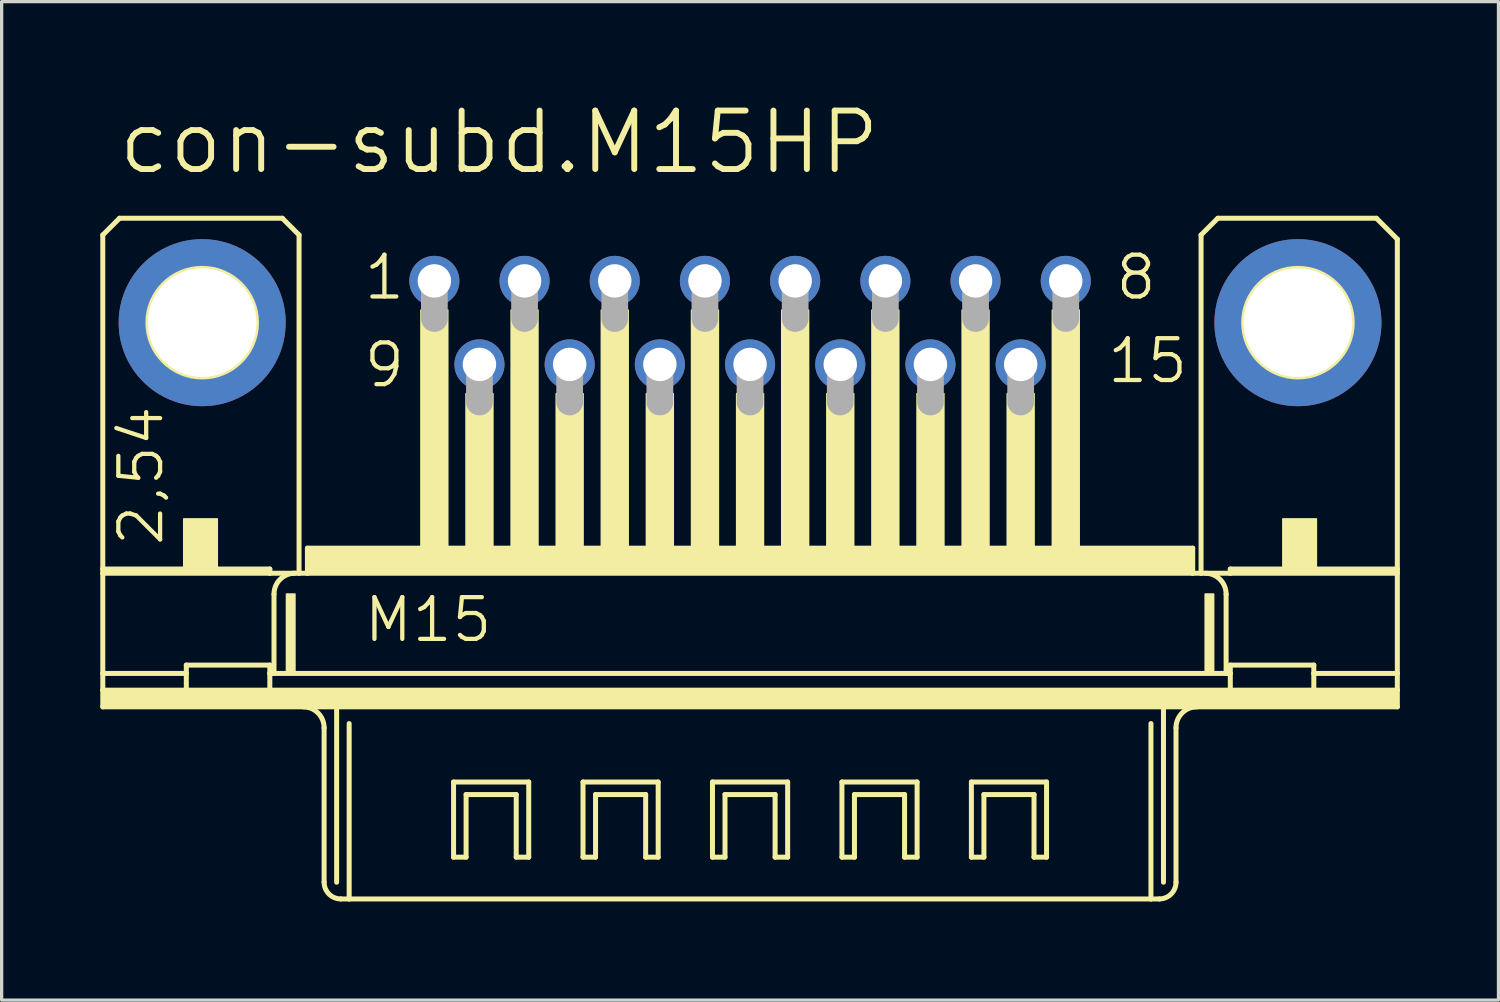
<source format=kicad_pcb>
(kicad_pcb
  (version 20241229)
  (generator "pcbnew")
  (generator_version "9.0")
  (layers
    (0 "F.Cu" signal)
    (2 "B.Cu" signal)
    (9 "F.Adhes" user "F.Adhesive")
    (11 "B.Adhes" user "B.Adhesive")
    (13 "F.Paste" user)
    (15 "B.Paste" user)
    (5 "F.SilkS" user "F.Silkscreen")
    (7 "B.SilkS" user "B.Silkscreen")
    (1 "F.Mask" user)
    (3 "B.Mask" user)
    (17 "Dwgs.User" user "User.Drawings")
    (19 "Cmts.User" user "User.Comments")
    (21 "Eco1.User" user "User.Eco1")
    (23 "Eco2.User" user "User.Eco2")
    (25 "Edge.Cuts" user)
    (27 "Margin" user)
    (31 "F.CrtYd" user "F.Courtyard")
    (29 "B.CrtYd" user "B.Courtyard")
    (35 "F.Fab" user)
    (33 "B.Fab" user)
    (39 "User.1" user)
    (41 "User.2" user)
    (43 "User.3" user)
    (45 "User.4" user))
  (footprint "con-subd.M15HP"
    (layer "F.Cu")
    (at 19.761 6.763)
    (property "Reference" "con-subd.M15HP" (at -19.304 -4.445 0) (layer "F.SilkS") (effects (font (size 1.778 1.778) (thickness 0.18)) (justify left bottom)))
    (attr through_hole)
    (fp_line (start -19.685 -2.667) (end -19.685 7.493) (stroke (width 0.152) (type default)) (layer "F.SilkS"))
    (fp_line (start -19.685 7.62) (end -19.685 7.493) (stroke (width 0.152) (type default)) (layer "F.SilkS"))
    (fp_line (start -19.685 10.668) (end -19.685 7.62) (stroke (width 0.152) (type default)) (layer "F.SilkS"))
    (fp_line (start -19.685 11.176) (end -19.685 10.668) (stroke (width 0.152) (type default)) (layer "F.SilkS"))
    (fp_line (start -19.685 11.684) (end -19.685 11.176) (stroke (width 0.152) (type default)) (layer "F.SilkS"))
    (fp_line (start -19.177 -3.175) (end -19.685 -2.667) (stroke (width 0.152) (type default)) (layer "F.SilkS"))
    (fp_line (start -17.145 10.668) (end -19.685 10.668) (stroke (width 0.152) (type default)) (layer "F.SilkS"))
    (fp_line (start -17.145 10.668) (end -17.145 10.414) (stroke (width 0.152) (type default)) (layer "F.SilkS"))
    (fp_line (start -17.145 10.668) (end -17.145 11.176) (stroke (width 0.152) (type default)) (layer "F.SilkS"))
    (fp_line (start -17.145 11.176) (end -19.685 11.176) (stroke (width 0.152) (type default)) (layer "F.SilkS"))
    (fp_line (start -14.605 7.493) (end -19.685 7.493) (stroke (width 0.152) (type default)) (layer "F.SilkS"))
    (fp_line (start -14.605 7.493) (end -14.605 7.62) (stroke (width 0.152) (type default)) (layer "F.SilkS"))
    (fp_line (start -14.605 7.62) (end -19.685 7.62) (stroke (width 0.152) (type default)) (layer "F.SilkS"))
    (fp_line (start -14.605 10.414) (end -17.145 10.414) (stroke (width 0.152) (type default)) (layer "F.SilkS"))
    (fp_line (start -14.605 10.414) (end -14.605 10.668) (stroke (width 0.152) (type default)) (layer "F.SilkS"))
    (fp_line (start -14.605 10.668) (end -14.605 11.176) (stroke (width 0.152) (type default)) (layer "F.SilkS"))
    (fp_line (start -14.605 11.176) (end -17.145 11.176) (stroke (width 0.152) (type default)) (layer "F.SilkS"))
    (fp_line (start -14.478 8.255) (end -14.478 10.668) (stroke (width 0.152) (type default)) (layer "F.SilkS"))
    (fp_line (start -14.478 10.668) (end -14.605 10.668) (stroke (width 0.152) (type default)) (layer "F.SilkS"))
    (fp_line (start -14.224 -3.175) (end -19.177 -3.175) (stroke (width 0.152) (type default)) (layer "F.SilkS"))
    (fp_line (start -13.716 -2.667) (end -14.224 -3.175) (stroke (width 0.152) (type default)) (layer "F.SilkS"))
    (fp_line (start -13.716 -2.667) (end -13.716 7.62) (stroke (width 0.152) (type default)) (layer "F.SilkS"))
    (fp_line (start -13.716 7.62) (end -14.605 7.62) (stroke (width 0.152) (type default)) (layer "F.SilkS"))
    (fp_line (start -13.462 7.62) (end -13.716 7.62) (stroke (width 0.152) (type default)) (layer "F.SilkS"))
    (fp_line (start -13.462 7.62) (end -13.462 6.858) (stroke (width 0.152) (type default)) (layer "F.SilkS"))
    (fp_line (start -12.954 12.319) (end -12.954 17.018) (stroke (width 0.152) (type default)) (layer "F.SilkS"))
    (fp_line (start -12.573 11.684) (end -19.685 11.684) (stroke (width 0.152) (type default)) (layer "F.SilkS"))
    (fp_line (start -12.573 11.684) (end -12.573 17.018) (stroke (width 0.152) (type default)) (layer "F.SilkS"))
    (fp_line (start -12.192 12.192) (end -12.192 17.526) (stroke (width 0.152) (type default)) (layer "F.SilkS"))
    (fp_line (start -12.192 17.526) (end -12.446 17.526) (stroke (width 0.152) (type default)) (layer "F.SilkS"))
    (fp_line (start -9.017 13.97) (end -6.731 13.97) (stroke (width 0.152) (type default)) (layer "F.SilkS"))
    (fp_line (start -9.017 16.256) (end -9.017 13.97) (stroke (width 0.152) (type default)) (layer "F.SilkS"))
    (fp_line (start -8.636 14.351) (end -8.636 16.256) (stroke (width 0.152) (type default)) (layer "F.SilkS"))
    (fp_line (start -8.636 16.256) (end -9.017 16.256) (stroke (width 0.152) (type default)) (layer "F.SilkS"))
    (fp_line (start -7.112 14.351) (end -8.636 14.351) (stroke (width 0.152) (type default)) (layer "F.SilkS"))
    (fp_line (start -7.112 16.256) (end -7.112 14.351) (stroke (width 0.152) (type default)) (layer "F.SilkS"))
    (fp_line (start -6.731 13.97) (end -6.731 16.256) (stroke (width 0.152) (type default)) (layer "F.SilkS"))
    (fp_line (start -6.731 16.256) (end -7.112 16.256) (stroke (width 0.152) (type default)) (layer "F.SilkS"))
    (fp_line (start -5.08 13.97) (end -2.794 13.97) (stroke (width 0.152) (type default)) (layer "F.SilkS"))
    (fp_line (start -5.08 16.256) (end -5.08 13.97) (stroke (width 0.152) (type default)) (layer "F.SilkS"))
    (fp_line (start -4.699 14.351) (end -4.699 16.256) (stroke (width 0.152) (type default)) (layer "F.SilkS"))
    (fp_line (start -4.699 16.256) (end -5.08 16.256) (stroke (width 0.152) (type default)) (layer "F.SilkS"))
    (fp_line (start -3.175 14.351) (end -4.699 14.351) (stroke (width 0.152) (type default)) (layer "F.SilkS"))
    (fp_line (start -3.175 16.256) (end -3.175 14.351) (stroke (width 0.152) (type default)) (layer "F.SilkS"))
    (fp_line (start -2.794 13.97) (end -2.794 16.256) (stroke (width 0.152) (type default)) (layer "F.SilkS"))
    (fp_line (start -2.794 16.256) (end -3.175 16.256) (stroke (width 0.152) (type default)) (layer "F.SilkS"))
    (fp_line (start -1.143 13.97) (end 1.143 13.97) (stroke (width 0.152) (type default)) (layer "F.SilkS"))
    (fp_line (start -1.143 16.256) (end -1.143 13.97) (stroke (width 0.152) (type default)) (layer "F.SilkS"))
    (fp_line (start -0.762 14.351) (end -0.762 16.256) (stroke (width 0.152) (type default)) (layer "F.SilkS"))
    (fp_line (start -0.762 16.256) (end -1.143 16.256) (stroke (width 0.152) (type default)) (layer "F.SilkS"))
    (fp_line (start 0.762 14.351) (end -0.762 14.351) (stroke (width 0.152) (type default)) (layer "F.SilkS"))
    (fp_line (start 0.762 16.256) (end 0.762 14.351) (stroke (width 0.152) (type default)) (layer "F.SilkS"))
    (fp_line (start 1.143 13.97) (end 1.143 16.256) (stroke (width 0.152) (type default)) (layer "F.SilkS"))
    (fp_line (start 1.143 16.256) (end 0.762 16.256) (stroke (width 0.152) (type default)) (layer "F.SilkS"))
    (fp_line (start 2.794 13.97) (end 5.08 13.97) (stroke (width 0.152) (type default)) (layer "F.SilkS"))
    (fp_line (start 2.794 16.256) (end 2.794 13.97) (stroke (width 0.152) (type default)) (layer "F.SilkS"))
    (fp_line (start 3.175 14.351) (end 3.175 16.256) (stroke (width 0.152) (type default)) (layer "F.SilkS"))
    (fp_line (start 3.175 16.256) (end 2.794 16.256) (stroke (width 0.152) (type default)) (layer "F.SilkS"))
    (fp_line (start 4.699 14.351) (end 3.175 14.351) (stroke (width 0.152) (type default)) (layer "F.SilkS"))
    (fp_line (start 4.699 16.256) (end 4.699 14.351) (stroke (width 0.152) (type default)) (layer "F.SilkS"))
    (fp_line (start 5.08 13.97) (end 5.08 16.256) (stroke (width 0.152) (type default)) (layer "F.SilkS"))
    (fp_line (start 5.08 16.256) (end 4.699 16.256) (stroke (width 0.152) (type default)) (layer "F.SilkS"))
    (fp_line (start 6.731 13.97) (end 9.017 13.97) (stroke (width 0.152) (type default)) (layer "F.SilkS"))
    (fp_line (start 6.731 16.256) (end 6.731 13.97) (stroke (width 0.152) (type default)) (layer "F.SilkS"))
    (fp_line (start 7.112 14.351) (end 7.112 16.256) (stroke (width 0.152) (type default)) (layer "F.SilkS"))
    (fp_line (start 7.112 16.256) (end 6.731 16.256) (stroke (width 0.152) (type default)) (layer "F.SilkS"))
    (fp_line (start 8.636 14.351) (end 7.112 14.351) (stroke (width 0.152) (type default)) (layer "F.SilkS"))
    (fp_line (start 8.636 16.256) (end 8.636 14.351) (stroke (width 0.152) (type default)) (layer "F.SilkS"))
    (fp_line (start 9.017 13.97) (end 9.017 16.256) (stroke (width 0.152) (type default)) (layer "F.SilkS"))
    (fp_line (start 9.017 16.256) (end 8.636 16.256) (stroke (width 0.152) (type default)) (layer "F.SilkS"))
    (fp_line (start 12.192 12.192) (end 12.192 17.526) (stroke (width 0.152) (type default)) (layer "F.SilkS"))
    (fp_line (start 12.192 17.526) (end -12.192 17.526) (stroke (width 0.152) (type default)) (layer "F.SilkS"))
    (fp_line (start 12.446 17.526) (end 12.192 17.526) (stroke (width 0.152) (type default)) (layer "F.SilkS"))
    (fp_line (start 12.573 11.684) (end -12.573 11.684) (stroke (width 0.152) (type default)) (layer "F.SilkS"))
    (fp_line (start 12.573 11.684) (end 12.573 17.018) (stroke (width 0.152) (type default)) (layer "F.SilkS"))
    (fp_line (start 12.954 12.319) (end 12.954 17.018) (stroke (width 0.152) (type default)) (layer "F.SilkS"))
    (fp_line (start 13.462 6.858) (end -13.462 6.858) (stroke (width 0.152) (type default)) (layer "F.SilkS"))
    (fp_line (start 13.462 7.62) (end -13.462 7.62) (stroke (width 0.152) (type default)) (layer "F.SilkS"))
    (fp_line (start 13.462 7.62) (end 13.462 6.858) (stroke (width 0.152) (type default)) (layer "F.SilkS"))
    (fp_line (start 13.716 -2.667) (end 13.716 7.62) (stroke (width 0.152) (type default)) (layer "F.SilkS"))
    (fp_line (start 13.716 7.62) (end 13.462 7.62) (stroke (width 0.152) (type default)) (layer "F.SilkS"))
    (fp_line (start 14.224 -3.175) (end 13.716 -2.667) (stroke (width 0.152) (type default)) (layer "F.SilkS"))
    (fp_line (start 14.224 -3.175) (end 19.05 -3.175) (stroke (width 0.152) (type default)) (layer "F.SilkS"))
    (fp_line (start 14.478 8.255) (end 14.478 10.668) (stroke (width 0.152) (type default)) (layer "F.SilkS"))
    (fp_line (start 14.478 10.668) (end -14.478 10.668) (stroke (width 0.152) (type default)) (layer "F.SilkS"))
    (fp_line (start 14.605 7.493) (end 14.605 7.62) (stroke (width 0.152) (type default)) (layer "F.SilkS"))
    (fp_line (start 14.605 7.62) (end 13.716 7.62) (stroke (width 0.152) (type default)) (layer "F.SilkS"))
    (fp_line (start 14.605 10.414) (end 14.605 10.668) (stroke (width 0.152) (type default)) (layer "F.SilkS"))
    (fp_line (start 14.605 10.668) (end 14.478 10.668) (stroke (width 0.152) (type default)) (layer "F.SilkS"))
    (fp_line (start 14.605 10.668) (end 14.605 11.176) (stroke (width 0.152) (type default)) (layer "F.SilkS"))
    (fp_line (start 14.605 11.176) (end -14.605 11.176) (stroke (width 0.152) (type default)) (layer "F.SilkS"))
    (fp_line (start 17.145 10.414) (end 14.605 10.414) (stroke (width 0.152) (type default)) (layer "F.SilkS"))
    (fp_line (start 17.145 10.668) (end 17.145 10.414) (stroke (width 0.152) (type default)) (layer "F.SilkS"))
    (fp_line (start 17.145 10.668) (end 17.145 11.176) (stroke (width 0.152) (type default)) (layer "F.SilkS"))
    (fp_line (start 17.145 11.176) (end 14.605 11.176) (stroke (width 0.152) (type default)) (layer "F.SilkS"))
    (fp_line (start 19.05 -3.175) (end 19.685 -2.54) (stroke (width 0.152) (type default)) (layer "F.SilkS"))
    (fp_line (start 19.685 -2.54) (end 19.685 7.493) (stroke (width 0.152) (type default)) (layer "F.SilkS"))
    (fp_line (start 19.685 7.493) (end 14.605 7.493) (stroke (width 0.152) (type default)) (layer "F.SilkS"))
    (fp_line (start 19.685 7.62) (end 14.605 7.62) (stroke (width 0.152) (type default)) (layer "F.SilkS"))
    (fp_line (start 19.685 7.62) (end 19.685 7.493) (stroke (width 0.152) (type default)) (layer "F.SilkS"))
    (fp_line (start 19.685 7.62) (end 19.685 10.668) (stroke (width 0.152) (type default)) (layer "F.SilkS"))
    (fp_line (start 19.685 10.668) (end 17.145 10.668) (stroke (width 0.152) (type default)) (layer "F.SilkS"))
    (fp_line (start 19.685 10.668) (end 19.685 11.176) (stroke (width 0.152) (type default)) (layer "F.SilkS"))
    (fp_line (start 19.685 11.176) (end 17.145 11.176) (stroke (width 0.152) (type default)) (layer "F.SilkS"))
    (fp_line (start 19.685 11.176) (end 19.685 11.684) (stroke (width 0.152) (type default)) (layer "F.SilkS"))
    (fp_line (start 19.685 11.684) (end 12.573 11.684) (stroke (width 0.152) (type default)) (layer "F.SilkS"))
    (fp_rect (start -19.685 11.684) (end 19.685 11.176) (stroke (width 0.05) (type default)) (fill yes) (layer "F.SilkS"))
    (fp_rect (start -17.221 7.62) (end -16.205 5.969) (stroke (width 0.05) (type default)) (fill yes) (layer "F.SilkS"))
    (fp_rect (start -14.097 10.668) (end -13.843 8.255) (stroke (width 0.05) (type default)) (fill yes) (layer "F.SilkS"))
    (fp_rect (start -13.462 7.62) (end 13.462 6.858) (stroke (width 0.05) (type default)) (fill yes) (layer "F.SilkS"))
    (fp_rect (start -10.008 6.858) (end -9.195 -0.381) (stroke (width 0.05) (type default)) (fill yes) (layer "F.SilkS"))
    (fp_rect (start -8.636 6.858) (end -7.823 2.159) (stroke (width 0.05) (type default)) (fill yes) (layer "F.SilkS"))
    (fp_rect (start -7.264 6.858) (end -6.452 -0.381) (stroke (width 0.05) (type default)) (fill yes) (layer "F.SilkS"))
    (fp_rect (start -5.893 6.858) (end -5.08 2.159) (stroke (width 0.05) (type default)) (fill yes) (layer "F.SilkS"))
    (fp_rect (start -4.521 6.858) (end -3.708 -0.381) (stroke (width 0.05) (type default)) (fill yes) (layer "F.SilkS"))
    (fp_rect (start -3.15 6.858) (end -2.337 2.159) (stroke (width 0.05) (type default)) (fill yes) (layer "F.SilkS"))
    (fp_rect (start -1.778 6.858) (end -0.965 -0.381) (stroke (width 0.05) (type default)) (fill yes) (layer "F.SilkS"))
    (fp_rect (start -0.406 6.858) (end 0.406 2.159) (stroke (width 0.05) (type default)) (fill yes) (layer "F.SilkS"))
    (fp_rect (start 0.965 6.858) (end 1.778 -0.381) (stroke (width 0.05) (type default)) (fill yes) (layer "F.SilkS"))
    (fp_rect (start 2.337 6.858) (end 3.15 2.159) (stroke (width 0.05) (type default)) (fill yes) (layer "F.SilkS"))
    (fp_rect (start 3.708 6.858) (end 4.521 -0.381) (stroke (width 0.05) (type default)) (fill yes) (layer "F.SilkS"))
    (fp_rect (start 5.08 6.858) (end 5.893 2.159) (stroke (width 0.05) (type default)) (fill yes) (layer "F.SilkS"))
    (fp_rect (start 6.452 6.858) (end 7.264 -0.381) (stroke (width 0.05) (type default)) (fill yes) (layer "F.SilkS"))
    (fp_rect (start 7.823 6.858) (end 8.636 2.159) (stroke (width 0.05) (type default)) (fill yes) (layer "F.SilkS"))
    (fp_rect (start 9.195 6.858) (end 10.008 -0.381) (stroke (width 0.05) (type default)) (fill yes) (layer "F.SilkS"))
    (fp_rect (start 13.843 10.668) (end 14.097 8.255) (stroke (width 0.05) (type default)) (fill yes) (layer "F.SilkS"))
    (fp_rect (start 16.205 7.62) (end 17.221 5.969) (stroke (width 0.05) (type default)) (fill yes) (layer "F.SilkS"))
    (fp_arc (start -14.478 8.255) (mid -14.292013 7.805987) (end -13.843 7.62) (stroke (width 0.1524) (type default)) (layer "F.SilkS"))
    (fp_arc (start -13.589 11.684) (mid -13.139987 11.869987) (end -12.954 12.319) (stroke (width 0.1524) (type default)) (layer "F.SilkS"))
    (fp_arc (start -12.446 17.526) (mid -12.80521 17.37721) (end -12.954 17.018) (stroke (width 0.1524) (type default)) (layer "F.SilkS"))
    (fp_arc (start 12.954 12.319) (mid 13.139987 11.869987) (end 13.589 11.684) (stroke (width 0.1524) (type default)) (layer "F.SilkS"))
    (fp_arc (start 12.954 17.018) (mid 12.80521 17.37721) (end 12.446 17.526) (stroke (width 0.1524) (type default)) (layer "F.SilkS"))
    (fp_arc (start 13.843 7.62) (mid 14.292013 7.805987) (end 14.478 8.255) (stroke (width 0.1524) (type default)) (layer "F.SilkS"))
    (fp_circle (center -16.662 0) (end -15.011 0) (stroke (width 0.152) (type default)) (fill no) (layer "F.SilkS"))
    (fp_circle (center 16.662 0) (end 18.313 0) (stroke (width 0.152) (type default)) (fill no) (layer "F.SilkS"))
    (fp_line (start -9.601 -1.143) (end -9.601 -0.127) (stroke (width 0.813) (type default)) (layer "F.Fab"))
    (fp_line (start -8.23 1.397) (end -8.23 2.413) (stroke (width 0.813) (type default)) (layer "F.Fab"))
    (fp_line (start -6.858 -1.143) (end -6.858 -0.127) (stroke (width 0.813) (type default)) (layer "F.Fab"))
    (fp_line (start -5.486 1.397) (end -5.486 2.413) (stroke (width 0.813) (type default)) (layer "F.Fab"))
    (fp_line (start -4.115 -1.143) (end -4.115 -0.127) (stroke (width 0.813) (type default)) (layer "F.Fab"))
    (fp_line (start -2.743 1.397) (end -2.743 2.413) (stroke (width 0.813) (type default)) (layer "F.Fab"))
    (fp_line (start -1.372 -1.143) (end -1.372 -0.127) (stroke (width 0.813) (type default)) (layer "F.Fab"))
    (fp_line (start 0 1.397) (end 0 2.413) (stroke (width 0.813) (type default)) (layer "F.Fab"))
    (fp_line (start 1.372 -1.143) (end 1.372 -0.127) (stroke (width 0.813) (type default)) (layer "F.Fab"))
    (fp_line (start 2.743 1.397) (end 2.743 2.413) (stroke (width 0.813) (type default)) (layer "F.Fab"))
    (fp_line (start 4.115 -1.143) (end 4.115 -0.127) (stroke (width 0.813) (type default)) (layer "F.Fab"))
    (fp_line (start 5.486 1.397) (end 5.486 2.413) (stroke (width 0.813) (type default)) (layer "F.Fab"))
    (fp_line (start 6.858 -1.143) (end 6.858 -0.127) (stroke (width 0.813) (type default)) (layer "F.Fab"))
    (fp_line (start 8.23 1.397) (end 8.23 2.413) (stroke (width 0.813) (type default)) (layer "F.Fab"))
    (fp_line (start 9.601 -1.143) (end 9.601 -0.127) (stroke (width 0.813) (type default)) (layer "F.Fab"))
    (fp_text user "1" (at -11.811 -0.635 0) (layer "F.SilkS") (effects (font (size 1.27 1.27) (thickness 0.13)) (justify left bottom)))
    (fp_text user "M15" (at -11.811 9.779 0) (layer "F.SilkS") (effects (font (size 1.27 1.27) (thickness 0.13)) (justify left bottom)))
    (fp_text user "8" (at 11.049 -0.635 0) (layer "F.SilkS") (effects (font (size 1.27 1.27) (thickness 0.13)) (justify left bottom)))
    (fp_text user "9" (at -11.811 2.032 0) (layer "F.SilkS") (effects (font (size 1.27 1.27) (thickness 0.13)) (justify left bottom)))
    (fp_text user "15" (at 10.795 1.905 0) (layer "F.SilkS") (effects (font (size 1.27 1.27) (thickness 0.13)) (justify left bottom)))
    (fp_text user "2,54" (at -17.78 6.858 90) (layer "F.SilkS") (effects (font (size 1.27 1.27) (thickness 0.13)) (justify left bottom)))
    (pad "1" thru_hole circle (at -9.601 -1.27) (size 1.524 1.524) (drill 1.016) (layers "*.Cu" "*.Mask"))
    (pad "2" thru_hole circle (at -6.858 -1.27) (size 1.524 1.524) (drill 1.016) (layers "*.Cu" "*.Mask"))
    (pad "3" thru_hole circle (at -4.115 -1.27) (size 1.524 1.524) (drill 1.016) (layers "*.Cu" "*.Mask"))
    (pad "4" thru_hole circle (at -1.372 -1.27) (size 1.524 1.524) (drill 1.016) (layers "*.Cu" "*.Mask"))
    (pad "5" thru_hole circle (at 1.372 -1.27) (size 1.524 1.524) (drill 1.016) (layers "*.Cu" "*.Mask"))
    (pad "6" thru_hole circle (at 4.115 -1.27) (size 1.524 1.524) (drill 1.016) (layers "*.Cu" "*.Mask"))
    (pad "7" thru_hole circle (at 6.858 -1.27) (size 1.524 1.524) (drill 1.016) (layers "*.Cu" "*.Mask"))
    (pad "8" thru_hole circle (at 9.601 -1.27) (size 1.524 1.524) (drill 1.016) (layers "*.Cu" "*.Mask"))
    (pad "9" thru_hole circle (at -8.23 1.27) (size 1.524 1.524) (drill 1.016) (layers "*.Cu" "*.Mask"))
    (pad "10" thru_hole circle (at -5.486 1.27) (size 1.524 1.524) (drill 1.016) (layers "*.Cu" "*.Mask"))
    (pad "11" thru_hole circle (at -2.743 1.27) (size 1.524 1.524) (drill 1.016) (layers "*.Cu" "*.Mask"))
    (pad "12" thru_hole circle (at 0 1.27) (size 1.524 1.524) (drill 1.016) (layers "*.Cu" "*.Mask"))
    (pad "13" thru_hole circle (at 2.743 1.27) (size 1.524 1.524) (drill 1.016) (layers "*.Cu" "*.Mask"))
    (pad "14" thru_hole circle (at 5.486 1.27) (size 1.524 1.524) (drill 1.016) (layers "*.Cu" "*.Mask"))
    (pad "15" thru_hole circle (at 8.23 1.27) (size 1.524 1.524) (drill 1.016) (layers "*.Cu" "*.Mask"))
    (pad "G1" thru_hole circle (at -16.662 0) (size 5.08 5.08) (drill 3.302) (layers "*.Cu" "*.Mask"))
    (pad "G2" thru_hole circle (at 16.662 0) (size 5.08 5.08) (drill 3.302) (layers "*.Cu" "*.Mask")))
  (gr_rect
    (start -3 -3)
    (end 42.522 27.365)
    (stroke (width 0.1) (type default))
    (fill no)
    (layer "Edge.Cuts")))
</source>
